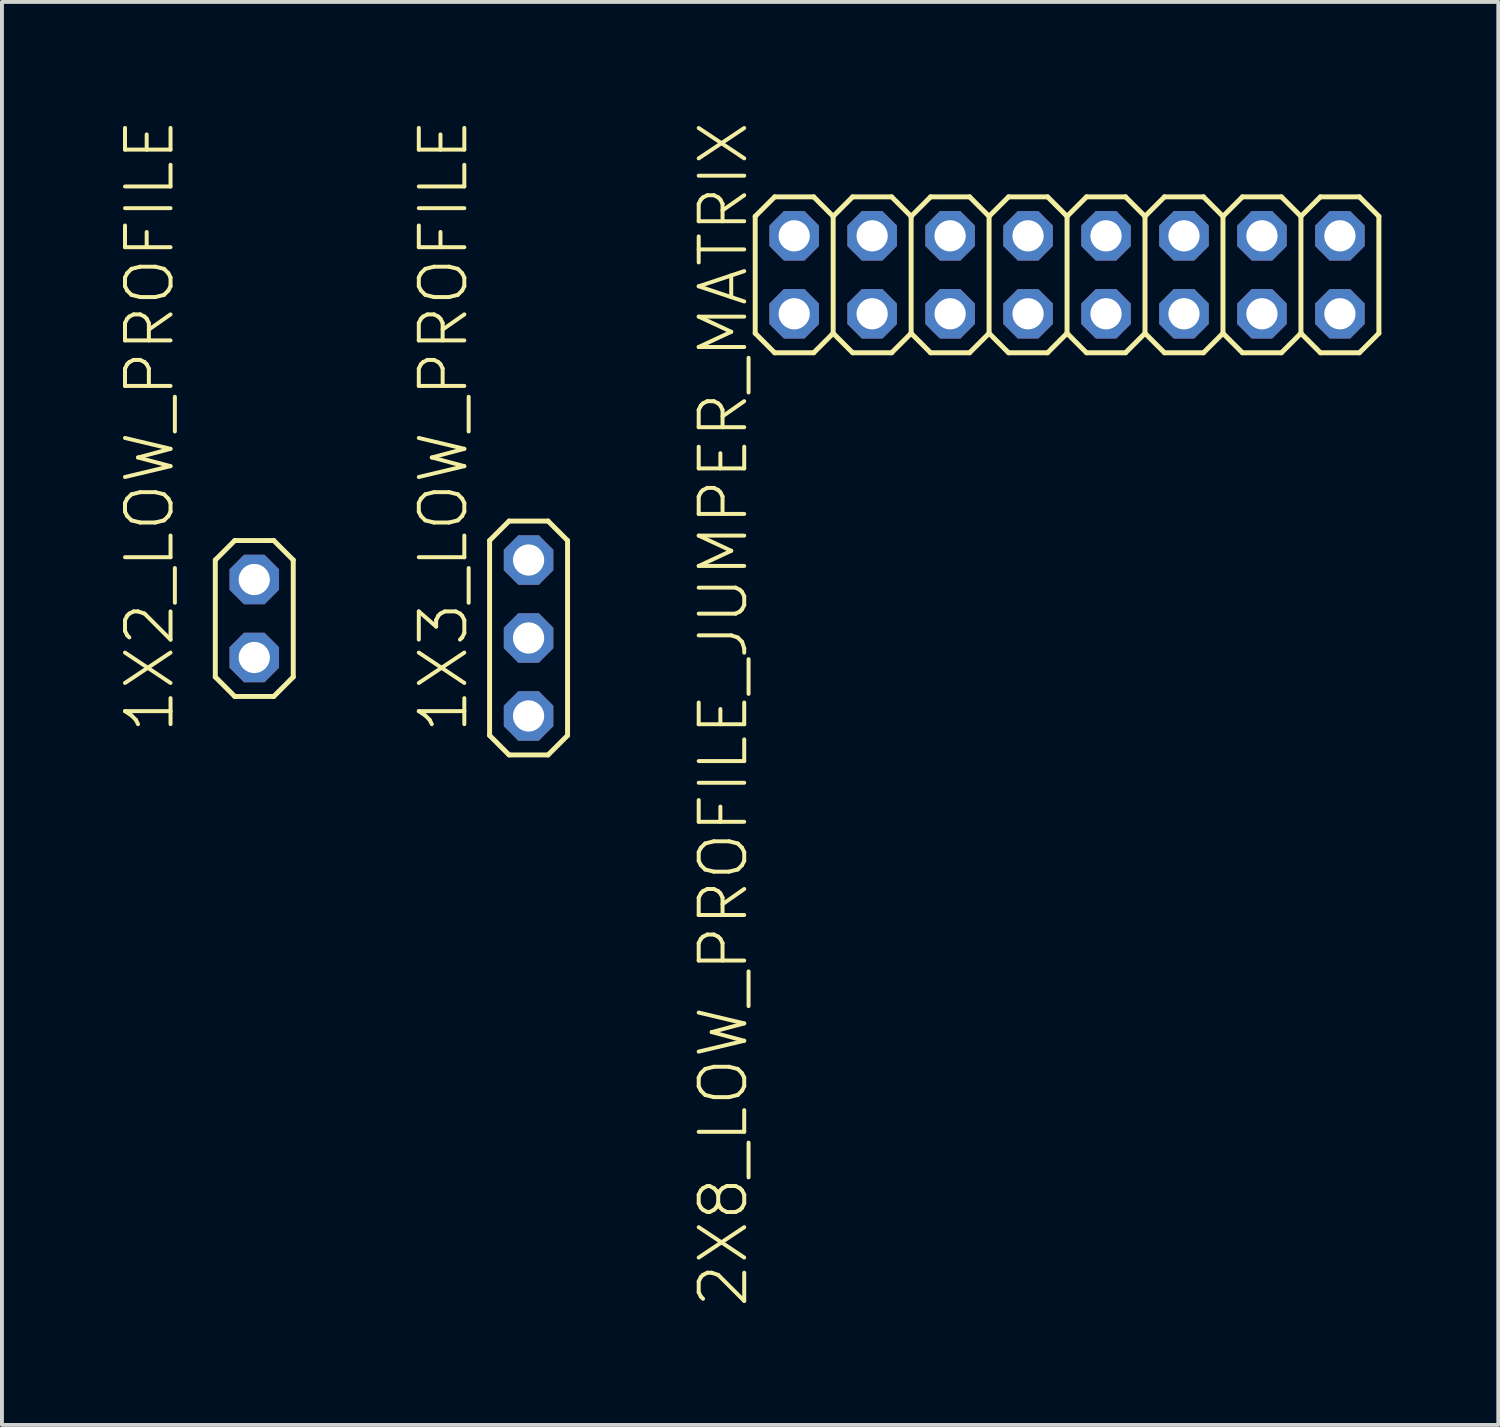
<source format=kicad_pcb>
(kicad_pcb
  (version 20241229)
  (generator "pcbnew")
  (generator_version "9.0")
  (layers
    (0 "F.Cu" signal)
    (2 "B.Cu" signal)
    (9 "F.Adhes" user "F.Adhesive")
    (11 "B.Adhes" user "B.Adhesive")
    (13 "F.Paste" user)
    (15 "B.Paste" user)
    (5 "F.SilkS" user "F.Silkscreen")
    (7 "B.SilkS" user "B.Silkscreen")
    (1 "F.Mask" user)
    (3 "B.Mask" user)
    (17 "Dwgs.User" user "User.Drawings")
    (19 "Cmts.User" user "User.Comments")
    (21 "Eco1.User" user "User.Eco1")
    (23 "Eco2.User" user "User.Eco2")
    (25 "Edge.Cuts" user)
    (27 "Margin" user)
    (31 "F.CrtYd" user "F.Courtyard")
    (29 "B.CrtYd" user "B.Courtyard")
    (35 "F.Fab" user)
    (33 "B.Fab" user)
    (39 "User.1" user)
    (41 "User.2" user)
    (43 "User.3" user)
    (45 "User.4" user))
  (footprint "1X3_LOW_PROFILE"
    (layer "F.Cu")
    (at 10.51 12.317)
    (property "Reference" "1X3_LOW_PROFILE" (at -1.5 3.5 90) (unlocked yes) (layer "F.SilkS") (effects (font (size 1.168 1.168) (thickness 0.102)) (justify left bottom)))
    (fp_line (start -1 3.5) (end -1 -1.5) (stroke (width 0.127) (type solid)) (layer "F.SilkS"))
    (fp_line (start -1 3.5) (end -0.5 4) (stroke (width 0.127) (type solid)) (layer "F.SilkS"))
    (fp_line (start -0.5 -2) (end -1 -1.5) (stroke (width 0.127) (type solid)) (layer "F.SilkS"))
    (fp_line (start -0.5 4) (end 0.5 4) (stroke (width 0.127) (type solid)) (layer "F.SilkS"))
    (fp_line (start 0.5 -2) (end -0.5 -2) (stroke (width 0.127) (type solid)) (layer "F.SilkS"))
    (fp_line (start 0.5 4) (end 1 3.5) (stroke (width 0.127) (type solid)) (layer "F.SilkS"))
    (fp_line (start 1 -1.5) (end 0.5 -2) (stroke (width 0.127) (type solid)) (layer "F.SilkS"))
    (fp_line (start 1 3.5) (end 1 -1.5) (stroke (width 0.127) (type solid)) (layer "F.SilkS"))
    (pad "P1" thru_hole roundrect (at 0 -1 90) (size 1.27 1.27) (drill 0.8) (layers "*.Cu" "*.Mask") (roundrect_rratio 0.25) (chamfer_ratio 0.293) (chamfer top_left top_right bottom_left bottom_right))
    (pad "P2" thru_hole roundrect (at 0 1 90) (size 1.27 1.27) (drill 0.8) (layers "*.Cu" "*.Mask") (roundrect_rratio 0.25) (chamfer_ratio 0.293) (chamfer top_left top_right bottom_left bottom_right))
    (pad "P3" thru_hole roundrect (at 0 3 90) (size 1.27 1.27) (drill 0.8) (layers "*.Cu" "*.Mask") (roundrect_rratio 0.25) (chamfer_ratio 0.293) (chamfer top_left top_right bottom_left bottom_right)))
  (footprint "2X8_LOW_PROFILE_JUMPER_MATRIX"
    (layer "F.Cu")
    (at 24.324 4)
    (property "Reference" "2X8_LOW_PROFILE_JUMPER_MATRIX" (at -9.5 -4 90) (unlocked yes) (layer "F.SilkS") (effects (font (size 1.168 1.168) (thickness 0.102)) (justify right top)))
    (fp_line (start -8 1.5) (end -8 -1.5) (stroke (width 0.127) (type solid)) (layer "F.SilkS"))
    (fp_line (start -8 1.5) (end -7.5 2) (stroke (width 0.127) (type solid)) (layer "F.SilkS"))
    (fp_line (start -7.5 -2) (end -8 -1.5) (stroke (width 0.127) (type solid)) (layer "F.SilkS"))
    (fp_line (start -7.5 2) (end -6.5 2) (stroke (width 0.127) (type solid)) (layer "F.SilkS"))
    (fp_line (start -6.5 -2) (end -7.5 -2) (stroke (width 0.127) (type solid)) (layer "F.SilkS"))
    (fp_line (start -6.5 2) (end -6 1.5) (stroke (width 0.127) (type solid)) (layer "F.SilkS"))
    (fp_line (start -6 -1.5) (end -6.5 -2) (stroke (width 0.127) (type solid)) (layer "F.SilkS"))
    (fp_line (start -6 1.5) (end -6 -1.5) (stroke (width 0.127) (type solid)) (layer "F.SilkS"))
    (fp_line (start -6 1.5) (end -5.5 2) (stroke (width 0.127) (type solid)) (layer "F.SilkS"))
    (fp_line (start -5.5 -2) (end -6 -1.5) (stroke (width 0.127) (type solid)) (layer "F.SilkS"))
    (fp_line (start -5.5 2) (end -4.5 2) (stroke (width 0.127) (type solid)) (layer "F.SilkS"))
    (fp_line (start -4.5 -2) (end -5.5 -2) (stroke (width 0.127) (type solid)) (layer "F.SilkS"))
    (fp_line (start -4.5 2) (end -4 1.5) (stroke (width 0.127) (type solid)) (layer "F.SilkS"))
    (fp_line (start -4 -1.5) (end -4.5 -2) (stroke (width 0.127) (type solid)) (layer "F.SilkS"))
    (fp_line (start -4 1.5) (end -4 -1.5) (stroke (width 0.127) (type solid)) (layer "F.SilkS"))
    (fp_line (start -4 1.5) (end -3.5 2) (stroke (width 0.127) (type solid)) (layer "F.SilkS"))
    (fp_line (start -3.5 -2) (end -4 -1.5) (stroke (width 0.127) (type solid)) (layer "F.SilkS"))
    (fp_line (start -3.5 2) (end -2.5 2) (stroke (width 0.127) (type solid)) (layer "F.SilkS"))
    (fp_line (start -2.5 -2) (end -3.5 -2) (stroke (width 0.127) (type solid)) (layer "F.SilkS"))
    (fp_line (start -2.5 2) (end -2 1.5) (stroke (width 0.127) (type solid)) (layer "F.SilkS"))
    (fp_line (start -2 -1.5) (end -2.5 -2) (stroke (width 0.127) (type solid)) (layer "F.SilkS"))
    (fp_line (start -2 1.5) (end -2 -1.5) (stroke (width 0.127) (type solid)) (layer "F.SilkS"))
    (fp_line (start -2 1.5) (end -1.5 2) (stroke (width 0.127) (type solid)) (layer "F.SilkS"))
    (fp_line (start -1.5 -2) (end -2 -1.5) (stroke (width 0.127) (type solid)) (layer "F.SilkS"))
    (fp_line (start -1.5 2) (end -0.5 2) (stroke (width 0.127) (type solid)) (layer "F.SilkS"))
    (fp_line (start -0.5 -2) (end -1.5 -2) (stroke (width 0.127) (type solid)) (layer "F.SilkS"))
    (fp_line (start -0.5 2) (end 0 1.5) (stroke (width 0.127) (type solid)) (layer "F.SilkS"))
    (fp_line (start 0 -1.5) (end -0.5 -2) (stroke (width 0.127) (type solid)) (layer "F.SilkS"))
    (fp_line (start 0 1.5) (end 0 -1.5) (stroke (width 0.127) (type solid)) (layer "F.SilkS"))
    (fp_line (start 0 1.5) (end 0.5 2) (stroke (width 0.127) (type solid)) (layer "F.SilkS"))
    (fp_line (start 0.5 -2) (end 0 -1.5) (stroke (width 0.127) (type solid)) (layer "F.SilkS"))
    (fp_line (start 0.5 2) (end 1.5 2) (stroke (width 0.127) (type solid)) (layer "F.SilkS"))
    (fp_line (start 1.5 -2) (end 0.5 -2) (stroke (width 0.127) (type solid)) (layer "F.SilkS"))
    (fp_line (start 1.5 2) (end 2 1.5) (stroke (width 0.127) (type solid)) (layer "F.SilkS"))
    (fp_line (start 2 -1.5) (end 1.5 -2) (stroke (width 0.127) (type solid)) (layer "F.SilkS"))
    (fp_line (start 2 1.5) (end 2 -1.5) (stroke (width 0.127) (type solid)) (layer "F.SilkS"))
    (fp_line (start 2 1.5) (end 2.5 2) (stroke (width 0.127) (type solid)) (layer "F.SilkS"))
    (fp_line (start 2.5 -2) (end 2 -1.5) (stroke (width 0.127) (type solid)) (layer "F.SilkS"))
    (fp_line (start 2.5 2) (end 3.5 2) (stroke (width 0.127) (type solid)) (layer "F.SilkS"))
    (fp_line (start 3.5 -2) (end 2.5 -2) (stroke (width 0.127) (type solid)) (layer "F.SilkS"))
    (fp_line (start 3.5 2) (end 4 1.5) (stroke (width 0.127) (type solid)) (layer "F.SilkS"))
    (fp_line (start 4 -1.5) (end 3.5 -2) (stroke (width 0.127) (type solid)) (layer "F.SilkS"))
    (fp_line (start 4 1.5) (end 4 -1.5) (stroke (width 0.127) (type solid)) (layer "F.SilkS"))
    (fp_line (start 4 1.5) (end 4.5 2) (stroke (width 0.127) (type solid)) (layer "F.SilkS"))
    (fp_line (start 4.5 -2) (end 4 -1.5) (stroke (width 0.127) (type solid)) (layer "F.SilkS"))
    (fp_line (start 4.5 2) (end 5.5 2) (stroke (width 0.127) (type solid)) (layer "F.SilkS"))
    (fp_line (start 5.5 -2) (end 4.5 -2) (stroke (width 0.127) (type solid)) (layer "F.SilkS"))
    (fp_line (start 5.5 2) (end 6 1.5) (stroke (width 0.127) (type solid)) (layer "F.SilkS"))
    (fp_line (start 6 -1.5) (end 5.5 -2) (stroke (width 0.127) (type solid)) (layer "F.SilkS"))
    (fp_line (start 6 1.5) (end 6 -1.5) (stroke (width 0.127) (type solid)) (layer "F.SilkS"))
    (fp_line (start 6 1.5) (end 6.5 2) (stroke (width 0.127) (type solid)) (layer "F.SilkS"))
    (fp_line (start 6.5 -2) (end 6 -1.5) (stroke (width 0.127) (type solid)) (layer "F.SilkS"))
    (fp_line (start 6.5 2) (end 7.5 2) (stroke (width 0.127) (type solid)) (layer "F.SilkS"))
    (fp_line (start 7.5 -2) (end 6.5 -2) (stroke (width 0.127) (type solid)) (layer "F.SilkS"))
    (fp_line (start 7.5 2) (end 8 1.5) (stroke (width 0.127) (type solid)) (layer "F.SilkS"))
    (fp_line (start 8 -1.5) (end 7.5 -2) (stroke (width 0.127) (type solid)) (layer "F.SilkS"))
    (fp_line (start 8 -1.5) (end 8 1.5) (stroke (width 0.127) (type solid)) (layer "F.SilkS"))
    (pad "P$1" thru_hole roundrect (at -7 1 90) (size 1.27 1.27) (drill 0.8) (layers "*.Cu" "*.Mask") (roundrect_rratio 0.25) (chamfer_ratio 0.293) (chamfer top_left top_right bottom_left bottom_right))
    (pad "P$2" thru_hole roundrect (at -7 -1 90) (size 1.27 1.27) (drill 0.8) (layers "*.Cu" "*.Mask") (roundrect_rratio 0.25) (chamfer_ratio 0.293) (chamfer top_left top_right bottom_left bottom_right))
    (pad "P$3" thru_hole roundrect (at -5 1 90) (size 1.27 1.27) (drill 0.8) (layers "*.Cu" "*.Mask") (roundrect_rratio 0.25) (chamfer_ratio 0.293) (chamfer top_left top_right bottom_left bottom_right))
    (pad "P$4" thru_hole roundrect (at -5 -1 90) (size 1.27 1.27) (drill 0.8) (layers "*.Cu" "*.Mask") (roundrect_rratio 0.25) (chamfer_ratio 0.293) (chamfer top_left top_right bottom_left bottom_right))
    (pad "P$5" thru_hole roundrect (at -3 1 90) (size 1.27 1.27) (drill 0.8) (layers "*.Cu" "*.Mask") (roundrect_rratio 0.25) (chamfer_ratio 0.293) (chamfer top_left top_right bottom_left bottom_right))
    (pad "P$6" thru_hole roundrect (at -3 -1 90) (size 1.27 1.27) (drill 0.8) (layers "*.Cu" "*.Mask") (roundrect_rratio 0.25) (chamfer_ratio 0.293) (chamfer top_left top_right bottom_left bottom_right))
    (pad "P$7" thru_hole roundrect (at -1 1 90) (size 1.27 1.27) (drill 0.8) (layers "*.Cu" "*.Mask") (roundrect_rratio 0.25) (chamfer_ratio 0.293) (chamfer top_left top_right bottom_left bottom_right))
    (pad "P$8" thru_hole roundrect (at -1 -1 90) (size 1.27 1.27) (drill 0.8) (layers "*.Cu" "*.Mask") (roundrect_rratio 0.25) (chamfer_ratio 0.293) (chamfer top_left top_right bottom_left bottom_right))
    (pad "P$9" thru_hole roundrect (at 1 1 90) (size 1.27 1.27) (drill 0.8) (layers "*.Cu" "*.Mask") (roundrect_rratio 0.25) (chamfer_ratio 0.293) (chamfer top_left top_right bottom_left bottom_right))
    (pad "P$10" thru_hole roundrect (at 1 -1 90) (size 1.27 1.27) (drill 0.8) (layers "*.Cu" "*.Mask") (roundrect_rratio 0.25) (chamfer_ratio 0.293) (chamfer top_left top_right bottom_left bottom_right))
    (pad "P$11" thru_hole roundrect (at 3 1 90) (size 1.27 1.27) (drill 0.8) (layers "*.Cu" "*.Mask") (roundrect_rratio 0.25) (chamfer_ratio 0.293) (chamfer top_left top_right bottom_left bottom_right))
    (pad "P$12" thru_hole roundrect (at 3 -1 90) (size 1.27 1.27) (drill 0.8) (layers "*.Cu" "*.Mask") (roundrect_rratio 0.25) (chamfer_ratio 0.293) (chamfer top_left top_right bottom_left bottom_right))
    (pad "P$13" thru_hole roundrect (at 5 1 90) (size 1.27 1.27) (drill 0.8) (layers "*.Cu" "*.Mask") (roundrect_rratio 0.25) (chamfer_ratio 0.293) (chamfer top_left top_right bottom_left bottom_right))
    (pad "P$14" thru_hole roundrect (at 5 -1 90) (size 1.27 1.27) (drill 0.8) (layers "*.Cu" "*.Mask") (roundrect_rratio 0.25) (chamfer_ratio 0.293) (chamfer top_left top_right bottom_left bottom_right))
    (pad "P$15" thru_hole roundrect (at 7 1 90) (size 1.27 1.27) (drill 0.8) (layers "*.Cu" "*.Mask") (roundrect_rratio 0.25) (chamfer_ratio 0.293) (chamfer top_left top_right bottom_left bottom_right))
    (pad "P$16" thru_hole roundrect (at 7 -1 90) (size 1.27 1.27) (drill 0.8) (layers "*.Cu" "*.Mask") (roundrect_rratio 0.25) (chamfer_ratio 0.293) (chamfer top_left top_right bottom_left bottom_right)))
  (footprint "1X2_LOW_PROFILE"
    (layer "F.Cu")
    (at 3.473 12.817)
    (property "Reference" "1X2_LOW_PROFILE" (at -2 3 90) (unlocked yes) (layer "F.SilkS") (effects (font (size 1.168 1.168) (thickness 0.102)) (justify left bottom)))
    (fp_line (start -1 1.5) (end -1 -1.5) (stroke (width 0.127) (type solid)) (layer "F.SilkS"))
    (fp_line (start -1 1.5) (end -0.5 2) (stroke (width 0.127) (type solid)) (layer "F.SilkS"))
    (fp_line (start -0.5 -2) (end -1 -1.5) (stroke (width 0.127) (type solid)) (layer "F.SilkS"))
    (fp_line (start -0.5 2) (end 0.5 2) (stroke (width 0.127) (type solid)) (layer "F.SilkS"))
    (fp_line (start 0.5 -2) (end -0.5 -2) (stroke (width 0.127) (type solid)) (layer "F.SilkS"))
    (fp_line (start 0.5 2) (end 1 1.5) (stroke (width 0.127) (type solid)) (layer "F.SilkS"))
    (fp_line (start 1 -1.5) (end 0.5 -2) (stroke (width 0.127) (type solid)) (layer "F.SilkS"))
    (fp_line (start 1 1.5) (end 1 -1.5) (stroke (width 0.127) (type solid)) (layer "F.SilkS"))
    (pad "1" thru_hole roundrect (at 0 1 90) (size 1.27 1.27) (drill 0.8) (layers "*.Cu" "*.Mask") (roundrect_rratio 0.25) (chamfer_ratio 0.293) (chamfer top_left top_right bottom_left bottom_right))
    (pad "2" thru_hole roundrect (at 0 -1 90) (size 1.27 1.27) (drill 0.8) (layers "*.Cu" "*.Mask") (roundrect_rratio 0.25) (chamfer_ratio 0.293) (chamfer top_left top_right bottom_left bottom_right)))
  (gr_rect
    (start -3 -3)
    (end 35.387 33.505)
    (stroke (width 0.1) (type default))
    (fill no)
    (layer "Edge.Cuts")))
</source>
